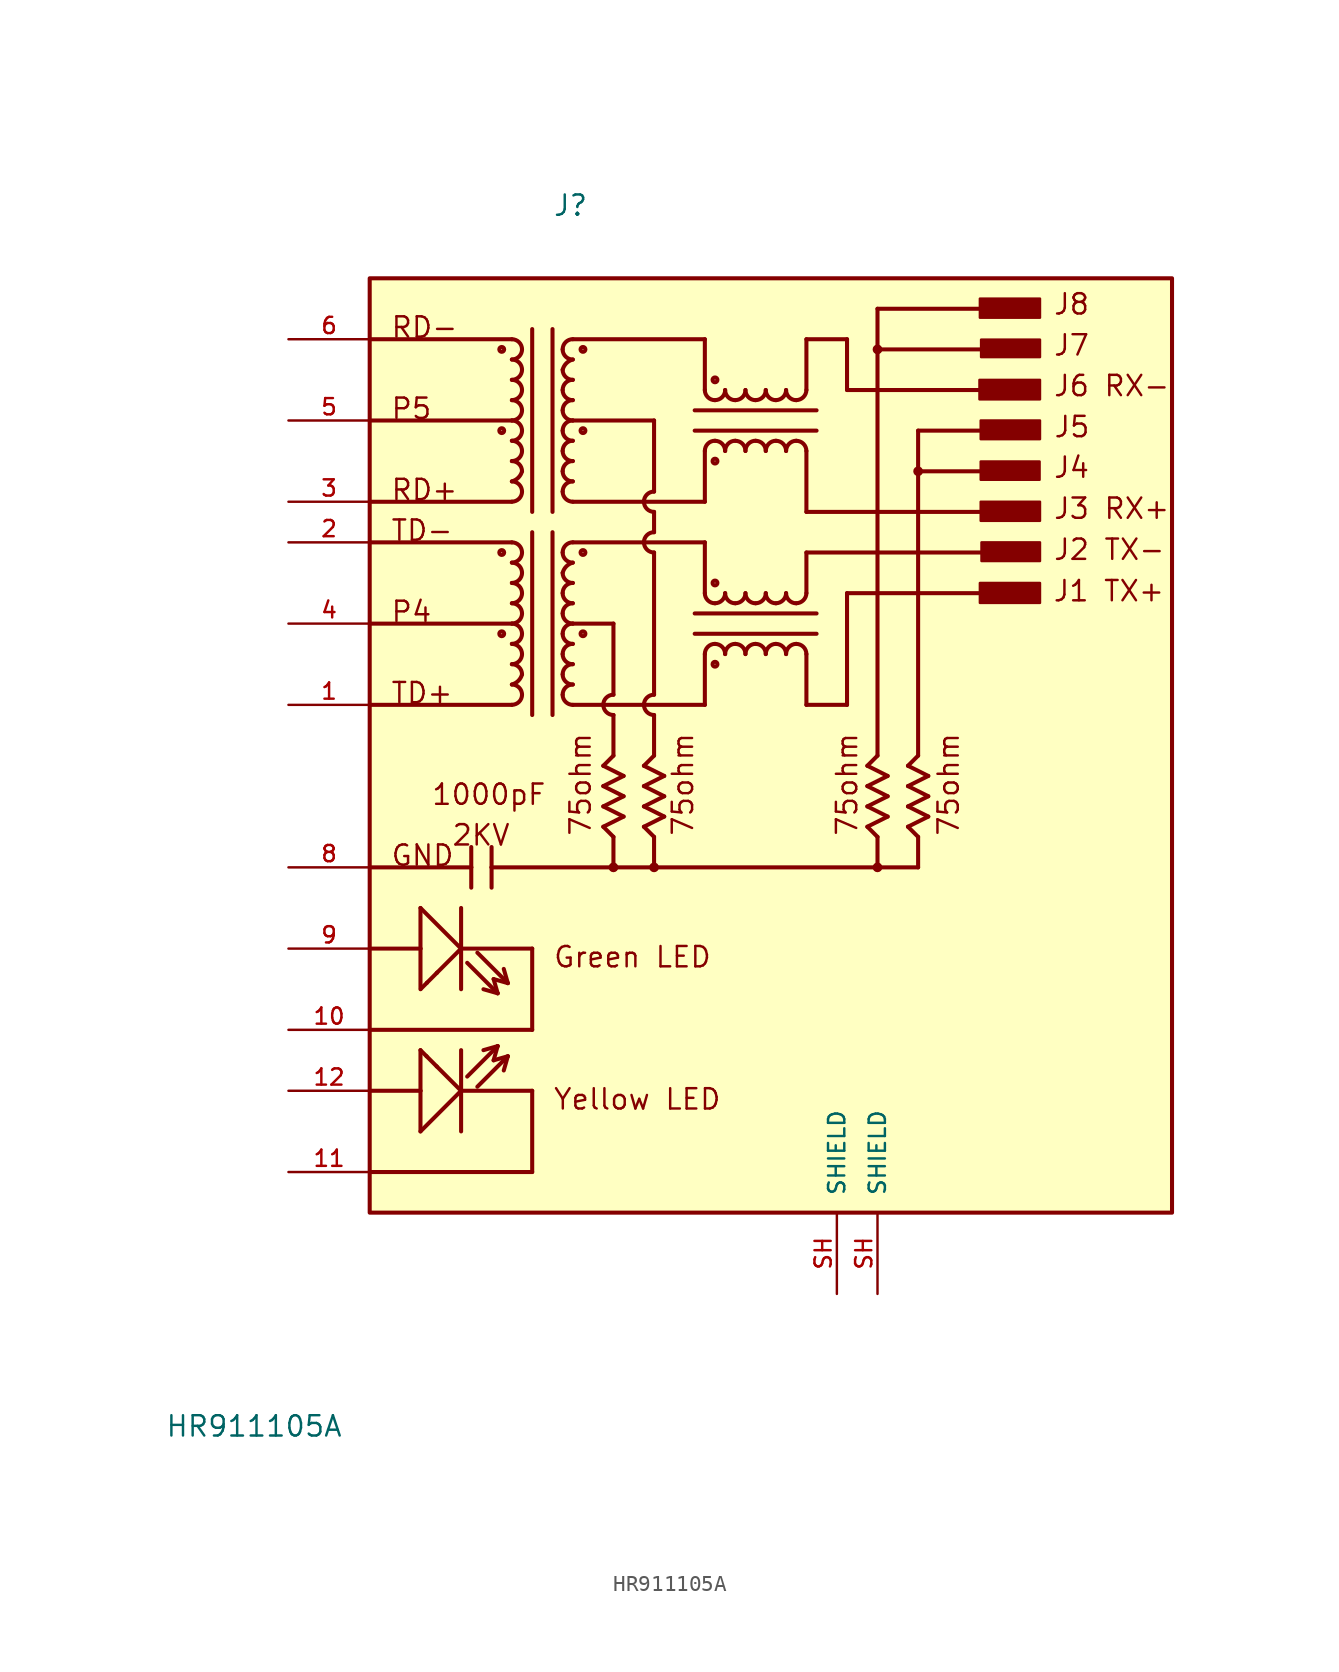
<source format=kicad_sym>
(kicad_symbol_lib
  (version 20211014)
  (generator kicad_symbol_editor)
  (symbol "HR911105A"
    (pin_names
      (offset 1.016))
    (property "Reference" "J"
      (at -8.89 38.1 0)
      (effects (font (size 1.27 1.27)) (justify left bottom)))
    (property "Value" "HR911105A"
      (at -33.122 -38.227 0)
      (effects (font (size 1.27 1.27)) (justify left bottom)))
    (property "ki_locked" ""
      (at 0 0 0)
      (effects (font (size 1.27 1.27))))
    (symbol "HR911105A_0_0"
      (rectangle (start -20.32 34.29) (end 29.845 -24.13) (stroke (width 0.254) (type default) (color 0 0 0 0)) (fill (type background)))
      (circle (center -12.065 12.065) (radius 0.152) (stroke (width 0.254) (type default) (color 0 0 0 0)) (fill (type none)))
      (circle (center -12.065 17.145) (radius 0.152) (stroke (width 0.254) (type default) (color 0 0 0 0)) (fill (type none)))
      (circle (center -12.065 24.765) (radius 0.152) (stroke (width 0.254) (type default) (color 0 0 0 0)) (fill (type none)))
      (circle (center -12.065 29.845) (radius 0.152) (stroke (width 0.254) (type default) (color 0 0 0 0)) (fill (type none)))
      (arc (start -11.43 7.62) (mid -10.981 7.806) (end -10.795 8.255) (stroke (width 0.254) (type default) (color 0 0 0 0)) (fill (type none)))
      (arc (start -11.43 8.89) (mid -11.0269 9.1219) (end -10.795 9.525) (stroke (width 0.254) (type default) (color 0 0 0 0)) (fill (type none)))
      (arc (start -11.43 10.16) (mid -10.981 10.346) (end -10.795 10.795) (stroke (width 0.254) (type default) (color 0 0 0 0)) (fill (type none)))
      (arc (start -11.43 11.43) (mid -10.981 11.616) (end -10.795 12.065) (stroke (width 0.254) (type default) (color 0 0 0 0)) (fill (type none)))
      (arc (start -11.43 12.7) (mid -10.981 12.886) (end -10.795 13.335) (stroke (width 0.254) (type default) (color 0 0 0 0)) (fill (type none)))
      (arc (start -11.43 13.97) (mid -10.981 14.156) (end -10.795 14.605) (stroke (width 0.254) (type default) (color 0 0 0 0)) (fill (type none)))
      (arc (start -11.43 15.24) (mid -10.981 15.426) (end -10.795 15.875) (stroke (width 0.254) (type default) (color 0 0 0 0)) (fill (type none)))
      (arc (start -11.43 16.51) (mid -10.981 16.696) (end -10.795 17.145) (stroke (width 0.254) (type default) (color 0 0 0 0)) (fill (type none)))
      (arc (start -11.43 20.32) (mid -10.981 20.506) (end -10.795 20.955) (stroke (width 0.254) (type default) (color 0 0 0 0)) (fill (type none)))
      (arc (start -11.43 21.59) (mid -11.0269 21.8219) (end -10.795 22.225) (stroke (width 0.254) (type default) (color 0 0 0 0)) (fill (type none)))
      (arc (start -11.43 22.86) (mid -10.981 23.046) (end -10.795 23.495) (stroke (width 0.254) (type default) (color 0 0 0 0)) (fill (type none)))
      (arc (start -11.43 24.13) (mid -10.981 24.316) (end -10.795 24.765) (stroke (width 0.254) (type default) (color 0 0 0 0)) (fill (type none)))
      (arc (start -11.43 25.4) (mid -10.981 25.586) (end -10.795 26.035) (stroke (width 0.254) (type default) (color 0 0 0 0)) (fill (type none)))
      (arc (start -11.43 26.67) (mid -10.981 26.856) (end -10.795 27.305) (stroke (width 0.254) (type default) (color 0 0 0 0)) (fill (type none)))
      (arc (start -11.43 27.94) (mid -10.981 28.126) (end -10.795 28.575) (stroke (width 0.254) (type default) (color 0 0 0 0)) (fill (type none)))
      (arc (start -11.43 29.21) (mid -10.981 29.396) (end -10.795 29.845) (stroke (width 0.254) (type default) (color 0 0 0 0)) (fill (type none)))
      (arc (start -10.795 8.255) (mid -10.981 8.704) (end -11.43 8.89) (stroke (width 0.254) (type default) (color 0 0 0 0)) (fill (type none)))
      (arc (start -10.795 9.525) (mid -10.981 9.974) (end -11.43 10.16) (stroke (width 0.254) (type default) (color 0 0 0 0)) (fill (type none)))
      (arc (start -10.795 10.795) (mid -10.981 11.244) (end -11.43 11.43) (stroke (width 0.254) (type default) (color 0 0 0 0)) (fill (type none)))
      (arc (start -10.795 12.065) (mid -10.981 12.514) (end -11.43 12.7) (stroke (width 0.254) (type default) (color 0 0 0 0)) (fill (type none)))
      (arc (start -10.795 13.335) (mid -10.981 13.784) (end -11.43 13.97) (stroke (width 0.254) (type default) (color 0 0 0 0)) (fill (type none)))
      (arc (start -10.795 14.605) (mid -10.981 15.054) (end -11.43 15.24) (stroke (width 0.254) (type default) (color 0 0 0 0)) (fill (type none)))
      (arc (start -10.795 15.875) (mid -10.981 16.324) (end -11.43 16.51) (stroke (width 0.254) (type default) (color 0 0 0 0)) (fill (type none)))
      (arc (start -10.795 17.145) (mid -10.981 17.594) (end -11.43 17.78) (stroke (width 0.254) (type default) (color 0 0 0 0)) (fill (type none)))
      (arc (start -10.795 20.955) (mid -10.981 21.404) (end -11.43 21.59) (stroke (width 0.254) (type default) (color 0 0 0 0)) (fill (type none)))
      (arc (start -10.795 22.225) (mid -10.981 22.674) (end -11.43 22.86) (stroke (width 0.254) (type default) (color 0 0 0 0)) (fill (type none)))
      (arc (start -10.795 23.495) (mid -10.981 23.944) (end -11.43 24.13) (stroke (width 0.254) (type default) (color 0 0 0 0)) (fill (type none)))
      (arc (start -10.795 24.765) (mid -10.981 25.214) (end -11.43 25.4) (stroke (width 0.254) (type default) (color 0 0 0 0)) (fill (type none)))
      (arc (start -10.795 26.035) (mid -10.981 26.484) (end -11.43 26.67) (stroke (width 0.254) (type default) (color 0 0 0 0)) (fill (type none)))
      (arc (start -10.795 27.305) (mid -10.981 27.754) (end -11.43 27.94) (stroke (width 0.254) (type default) (color 0 0 0 0)) (fill (type none)))
      (arc (start -10.795 28.575) (mid -10.981 29.024) (end -11.43 29.21) (stroke (width 0.254) (type default) (color 0 0 0 0)) (fill (type none)))
      (arc (start -10.795 29.845) (mid -10.981 30.294) (end -11.43 30.48) (stroke (width 0.254) (type default) (color 0 0 0 0)) (fill (type none)))
      (arc (start -8.255 8.255) (mid -8.069 7.806) (end -7.62 7.62) (stroke (width 0.254) (type default) (color 0 0 0 0)) (fill (type none)))
      (arc (start -8.255 9.525) (mid -8.069 9.076) (end -7.62 8.89) (stroke (width 0.254) (type default) (color 0 0 0 0)) (fill (type none)))
      (arc (start -8.255 10.795) (mid -8.069 10.346) (end -7.62 10.16) (stroke (width 0.254) (type default) (color 0 0 0 0)) (fill (type none)))
      (arc (start -8.255 12.065) (mid -8.069 11.616) (end -7.62 11.43) (stroke (width 0.254) (type default) (color 0 0 0 0)) (fill (type none)))
      (arc (start -8.255 13.335) (mid -8.069 12.886) (end -7.62 12.7) (stroke (width 0.254) (type default) (color 0 0 0 0)) (fill (type none)))
      (arc (start -8.255 14.605) (mid -8.069 14.156) (end -7.62 13.97) (stroke (width 0.254) (type default) (color 0 0 0 0)) (fill (type none)))
      (arc (start -8.255 15.875) (mid -8.069 15.426) (end -7.62 15.24) (stroke (width 0.254) (type default) (color 0 0 0 0)) (fill (type none)))
      (arc (start -8.255 17.145) (mid -8.069 16.696) (end -7.62 16.51) (stroke (width 0.254) (type default) (color 0 0 0 0)) (fill (type none)))
      (arc (start -8.255 20.955) (mid -8.069 20.506) (end -7.62 20.32) (stroke (width 0.254) (type default) (color 0 0 0 0)) (fill (type none)))
      (arc (start -8.255 22.225) (mid -8.069 21.776) (end -7.62 21.59) (stroke (width 0.254) (type default) (color 0 0 0 0)) (fill (type none)))
      (arc (start -8.255 23.495) (mid -8.069 23.046) (end -7.62 22.86) (stroke (width 0.254) (type default) (color 0 0 0 0)) (fill (type none)))
      (arc (start -8.255 24.765) (mid -8.069 24.316) (end -7.62 24.13) (stroke (width 0.254) (type default) (color 0 0 0 0)) (fill (type none)))
      (arc (start -8.255 26.035) (mid -8.069 25.586) (end -7.62 25.4) (stroke (width 0.254) (type default) (color 0 0 0 0)) (fill (type none)))
      (arc (start -8.255 27.305) (mid -8.069 26.856) (end -7.62 26.67) (stroke (width 0.254) (type default) (color 0 0 0 0)) (fill (type none)))
      (arc (start -8.255 28.575) (mid -8.069 28.126) (end -7.62 27.94) (stroke (width 0.254) (type default) (color 0 0 0 0)) (fill (type none)))
      (arc (start -8.255 29.845) (mid -8.069 29.396) (end -7.62 29.21) (stroke (width 0.254) (type default) (color 0 0 0 0)) (fill (type none)))
      (arc (start -7.62 8.89) (mid -8.069 8.704) (end -8.255 8.255) (stroke (width 0.254) (type default) (color 0 0 0 0)) (fill (type none)))
      (arc (start -7.62 10.16) (mid -8.069 9.974) (end -8.255 9.525) (stroke (width 0.254) (type default) (color 0 0 0 0)) (fill (type none)))
      (arc (start -7.62 11.43) (mid -8.069 11.244) (end -8.255 10.795) (stroke (width 0.254) (type default) (color 0 0 0 0)) (fill (type none)))
      (arc (start -7.62 12.7) (mid -8.069 12.514) (end -8.255 12.065) (stroke (width 0.254) (type default) (color 0 0 0 0)) (fill (type none)))
      (arc (start -7.62 13.97) (mid -8.069 13.784) (end -8.255 13.335) (stroke (width 0.254) (type default) (color 0 0 0 0)) (fill (type none)))
      (arc (start -7.62 15.24) (mid -8.069 15.054) (end -8.255 14.605) (stroke (width 0.254) (type default) (color 0 0 0 0)) (fill (type none)))
      (arc (start -7.62 16.51) (mid -8.0231 16.2781) (end -8.255 15.875) (stroke (width 0.254) (type default) (color 0 0 0 0)) (fill (type none)))
      (arc (start -7.62 17.78) (mid -8.069 17.594) (end -8.255 17.145) (stroke (width 0.254) (type default) (color 0 0 0 0)) (fill (type none)))
      (arc (start -7.62 21.59) (mid -8.069 21.404) (end -8.255 20.955) (stroke (width 0.254) (type default) (color 0 0 0 0)) (fill (type none)))
      (arc (start -7.62 22.86) (mid -8.069 22.674) (end -8.255 22.225) (stroke (width 0.254) (type default) (color 0 0 0 0)) (fill (type none)))
      (arc (start -7.62 24.13) (mid -8.069 23.944) (end -8.255 23.495) (stroke (width 0.254) (type default) (color 0 0 0 0)) (fill (type none)))
      (arc (start -7.62 25.4) (mid -8.069 25.214) (end -8.255 24.765) (stroke (width 0.254) (type default) (color 0 0 0 0)) (fill (type none)))
      (arc (start -7.62 26.67) (mid -8.069 26.484) (end -8.255 26.035) (stroke (width 0.254) (type default) (color 0 0 0 0)) (fill (type none)))
      (arc (start -7.62 27.94) (mid -8.069 27.754) (end -8.255 27.305) (stroke (width 0.254) (type default) (color 0 0 0 0)) (fill (type none)))
      (arc (start -7.62 29.21) (mid -8.0231 28.9781) (end -8.255 28.575) (stroke (width 0.254) (type default) (color 0 0 0 0)) (fill (type none)))
      (arc (start -7.62 30.48) (mid -8.069 30.294) (end -8.255 29.845) (stroke (width 0.254) (type default) (color 0 0 0 0)) (fill (type none)))
      (circle (center -6.985 12.065) (radius 0.152) (stroke (width 0.254) (type default) (color 0 0 0 0)) (fill (type none)))
      (circle (center -6.985 17.145) (radius 0.152) (stroke (width 0.254) (type default) (color 0 0 0 0)) (fill (type none)))
      (circle (center -6.985 24.765) (radius 0.152) (stroke (width 0.254) (type default) (color 0 0 0 0)) (fill (type none)))
      (circle (center -6.985 29.845) (radius 0.152) (stroke (width 0.254) (type default) (color 0 0 0 0)) (fill (type none)))
      (arc (start -5.715 7.62) (mid -5.529 7.171) (end -5.08 6.985) (stroke (width 0.254) (type default) (color 0 0 0 0)) (fill (type none)))
      (circle (center -5.08 -2.54) (radius 0.178) (stroke (width 0.254) (type default) (color 0 0 0 0)) (fill (type none)))
      (arc (start -5.08 8.255) (mid -5.529 8.069) (end -5.715 7.62) (stroke (width 0.254) (type default) (color 0 0 0 0)) (fill (type none)))
      (arc (start -3.175 7.62) (mid -2.989 7.171) (end -2.54 6.985) (stroke (width 0.254) (type default) (color 0 0 0 0)) (fill (type none)))
      (arc (start -3.175 17.78) (mid -2.989 17.331) (end -2.54 17.145) (stroke (width 0.254) (type default) (color 0 0 0 0)) (fill (type none)))
      (arc (start -3.175 20.32) (mid -2.989 19.871) (end -2.54 19.685) (stroke (width 0.254) (type default) (color 0 0 0 0)) (fill (type none)))
      (circle (center -2.54 -2.54) (radius 0.178) (stroke (width 0.254) (type default) (color 0 0 0 0)) (fill (type none)))
      (arc (start -2.54 8.255) (mid -2.989 8.069) (end -3.175 7.62) (stroke (width 0.254) (type default) (color 0 0 0 0)) (fill (type none)))
      (arc (start -2.54 18.415) (mid -2.989 18.229) (end -3.175 17.78) (stroke (width 0.254) (type default) (color 0 0 0 0)) (fill (type none)))
      (arc (start -2.54 20.955) (mid -2.989 20.769) (end -3.175 20.32) (stroke (width 0.254) (type default) (color 0 0 0 0)) (fill (type none)))
      (polyline (pts (xy -20.32 -21.59) (xy -10.16 -21.59)) (stroke (width 0.254) (type default) (color 0 0 0 0)) (fill (type none)))
      (polyline (pts (xy -20.32 -12.7) (xy -10.16 -12.7)) (stroke (width 0.254) (type default) (color 0 0 0 0)) (fill (type none)))
      (polyline (pts (xy -20.32 12.7) (xy -11.43 12.7)) (stroke (width 0.254) (type default) (color 0 0 0 0)) (fill (type none)))
      (polyline (pts (xy -20.32 20.32) (xy -11.43 20.32)) (stroke (width 0.254) (type default) (color 0 0 0 0)) (fill (type none)))
      (polyline (pts (xy -17.145 -19.05) (xy -14.605 -16.51)) (stroke (width 0.254) (type default) (color 0 0 0 0)) (fill (type none)))
      (polyline (pts (xy -17.145 -16.51) (xy -20.32 -16.51)) (stroke (width 0.254) (type default) (color 0 0 0 0)) (fill (type none)))
      (polyline (pts (xy -17.145 -16.51) (xy -17.145 -19.05)) (stroke (width 0.254) (type default) (color 0 0 0 0)) (fill (type none)))
      (polyline (pts (xy -17.145 -13.97) (xy -17.145 -16.51)) (stroke (width 0.254) (type default) (color 0 0 0 0)) (fill (type none)))
      (polyline (pts (xy -17.145 -10.16) (xy -17.145 -7.62)) (stroke (width 0.254) (type default) (color 0 0 0 0)) (fill (type none)))
      (polyline (pts (xy -17.145 -7.62) (xy -20.32 -7.62)) (stroke (width 0.254) (type default) (color 0 0 0 0)) (fill (type none)))
      (polyline (pts (xy -17.145 -7.62) (xy -17.145 -5.08)) (stroke (width 0.254) (type default) (color 0 0 0 0)) (fill (type none)))
      (polyline (pts (xy -17.145 -5.08) (xy -14.605 -7.62)) (stroke (width 0.254) (type default) (color 0 0 0 0)) (fill (type none)))
      (polyline (pts (xy -16.764 -14.351) (xy -17.145 -13.97)) (stroke (width 0.254) (type default) (color 0 0 0 0)) (fill (type none)))
      (polyline (pts (xy -16.739 -9.754) (xy -17.12 -10.135)) (stroke (width 0.254) (type default) (color 0 0 0 0)) (fill (type none)))
      (polyline (pts (xy -16.129 -14.986) (xy -16.764 -14.351)) (stroke (width 0.254) (type default) (color 0 0 0 0)) (fill (type none)))
      (polyline (pts (xy -16.104 -9.119) (xy -16.739 -9.754)) (stroke (width 0.254) (type default) (color 0 0 0 0)) (fill (type none)))
      (polyline (pts (xy -14.605 -16.51) (xy -16.129 -14.986)) (stroke (width 0.254) (type default) (color 0 0 0 0)) (fill (type none)))
      (polyline (pts (xy -14.605 -16.51) (xy -14.605 -19.05)) (stroke (width 0.254) (type default) (color 0 0 0 0)) (fill (type none)))
      (polyline (pts (xy -14.605 -16.51) (xy -10.16 -16.51)) (stroke (width 0.254) (type default) (color 0 0 0 0)) (fill (type none)))
      (polyline (pts (xy -14.605 -13.97) (xy -14.605 -16.51)) (stroke (width 0.254) (type default) (color 0 0 0 0)) (fill (type none)))
      (polyline (pts (xy -14.605 -10.16) (xy -14.605 -7.62)) (stroke (width 0.254) (type default) (color 0 0 0 0)) (fill (type none)))
      (polyline (pts (xy -14.605 -7.62) (xy -16.129 -9.144)) (stroke (width 0.254) (type default) (color 0 0 0 0)) (fill (type none)))
      (polyline (pts (xy -14.605 -7.62) (xy -14.605 -5.08)) (stroke (width 0.254) (type default) (color 0 0 0 0)) (fill (type none)))
      (polyline (pts (xy -14.605 -7.62) (xy -10.16 -7.62)) (stroke (width 0.254) (type default) (color 0 0 0 0)) (fill (type none)))
      (polyline (pts (xy -14.224 -15.621) (xy -12.319 -13.716)) (stroke (width 0.254) (type default) (color 0 0 0 0)) (fill (type none)))
      (polyline (pts (xy -14.224 -8.509) (xy -12.319 -10.414)) (stroke (width 0.254) (type default) (color 0 0 0 0)) (fill (type none)))
      (polyline (pts (xy -13.97 -2.54) (xy -20.32 -2.54)) (stroke (width 0.254) (type default) (color 0 0 0 0)) (fill (type none)))
      (polyline (pts (xy -13.97 -2.54) (xy -13.97 -3.81)) (stroke (width 0.254) (type default) (color 0 0 0 0)) (fill (type none)))
      (polyline (pts (xy -13.97 -1.27) (xy -13.97 -2.54)) (stroke (width 0.254) (type default) (color 0 0 0 0)) (fill (type none)))
      (polyline (pts (xy -13.589 -16.256) (xy -11.684 -14.351)) (stroke (width 0.254) (type default) (color 0 0 0 0)) (fill (type none)))
      (polyline (pts (xy -13.589 -7.874) (xy -11.684 -9.779)) (stroke (width 0.254) (type default) (color 0 0 0 0)) (fill (type none)))
      (polyline (pts (xy -12.7 -2.54) (xy -12.7 -3.81)) (stroke (width 0.254) (type default) (color 0 0 0 0)) (fill (type none)))
      (polyline (pts (xy -12.7 -2.54) (xy -12.7 -1.27)) (stroke (width 0.254) (type default) (color 0 0 0 0)) (fill (type none)))
      (polyline (pts (xy -12.319 -13.716) (xy -13.208 -13.97)) (stroke (width 0.254) (type default) (color 0 0 0 0)) (fill (type none)))
      (polyline (pts (xy -12.319 -13.716) (xy -12.573 -14.605)) (stroke (width 0.254) (type default) (color 0 0 0 0)) (fill (type none)))
      (polyline (pts (xy -12.319 -10.414) (xy -13.208 -10.16)) (stroke (width 0.254) (type default) (color 0 0 0 0)) (fill (type none)))
      (polyline (pts (xy -12.319 -10.414) (xy -12.573 -9.525)) (stroke (width 0.254) (type default) (color 0 0 0 0)) (fill (type none)))
      (polyline (pts (xy -11.684 -14.351) (xy -12.573 -14.605)) (stroke (width 0.254) (type default) (color 0 0 0 0)) (fill (type none)))
      (polyline (pts (xy -11.684 -14.351) (xy -11.938 -15.24)) (stroke (width 0.254) (type default) (color 0 0 0 0)) (fill (type none)))
      (polyline (pts (xy -11.684 -9.779) (xy -12.573 -9.525)) (stroke (width 0.254) (type default) (color 0 0 0 0)) (fill (type none)))
      (polyline (pts (xy -11.684 -9.779) (xy -11.938 -8.89)) (stroke (width 0.254) (type default) (color 0 0 0 0)) (fill (type none)))
      (polyline (pts (xy -11.43 7.62) (xy -20.32 7.62)) (stroke (width 0.254) (type default) (color 0 0 0 0)) (fill (type none)))
      (polyline (pts (xy -11.43 17.78) (xy -20.32 17.78)) (stroke (width 0.254) (type default) (color 0 0 0 0)) (fill (type none)))
      (polyline (pts (xy -11.43 25.4) (xy -20.32 25.4)) (stroke (width 0.254) (type default) (color 0 0 0 0)) (fill (type none)))
      (polyline (pts (xy -11.43 30.48) (xy -20.32 30.48)) (stroke (width 0.254) (type default) (color 0 0 0 0)) (fill (type none)))
      (polyline (pts (xy -10.16 -21.59) (xy -10.16 -16.51)) (stroke (width 0.254) (type default) (color 0 0 0 0)) (fill (type none)))
      (polyline (pts (xy -10.16 -12.7) (xy -10.16 -7.62)) (stroke (width 0.254) (type default) (color 0 0 0 0)) (fill (type none)))
      (polyline (pts (xy -10.16 18.415) (xy -10.16 6.985)) (stroke (width 0.254) (type default) (color 0 0 0 0)) (fill (type none)))
      (polyline (pts (xy -10.16 31.115) (xy -10.16 19.685)) (stroke (width 0.254) (type default) (color 0 0 0 0)) (fill (type none)))
      (polyline (pts (xy -8.89 18.415) (xy -8.89 6.985)) (stroke (width 0.254) (type default) (color 0 0 0 0)) (fill (type none)))
      (polyline (pts (xy -8.89 31.115) (xy -8.89 19.685)) (stroke (width 0.254) (type default) (color 0 0 0 0)) (fill (type none)))
      (polyline (pts (xy -7.62 7.62) (xy -5.715 7.62)) (stroke (width 0.254) (type default) (color 0 0 0 0)) (fill (type none)))
      (polyline (pts (xy -7.62 20.32) (xy -3.175 20.32)) (stroke (width 0.254) (type default) (color 0 0 0 0)) (fill (type none)))
      (polyline (pts (xy -7.62 25.4) (xy -2.54 25.4)) (stroke (width 0.254) (type default) (color 0 0 0 0)) (fill (type none)))
      (polyline (pts (xy -5.715 0) (xy -5.08 -0.635)) (stroke (width 0.254) (type default) (color 0 0 0 0)) (fill (type none)))
      (polyline (pts (xy -5.715 1.27) (xy -4.445 0.635)) (stroke (width 0.254) (type default) (color 0 0 0 0)) (fill (type none)))
      (polyline (pts (xy -5.715 2.54) (xy -4.445 1.905)) (stroke (width 0.254) (type default) (color 0 0 0 0)) (fill (type none)))
      (polyline (pts (xy -5.715 3.81) (xy -4.445 3.175)) (stroke (width 0.254) (type default) (color 0 0 0 0)) (fill (type none)))
      (polyline (pts (xy -5.715 7.62) (xy -3.175 7.62)) (stroke (width 0.254) (type default) (color 0 0 0 0)) (fill (type none)))
      (polyline (pts (xy -5.08 -2.54) (xy -12.7 -2.54)) (stroke (width 0.254) (type default) (color 0 0 0 0)) (fill (type none)))
      (polyline (pts (xy -5.08 -0.635) (xy -5.08 -2.54)) (stroke (width 0.254) (type default) (color 0 0 0 0)) (fill (type none)))
      (polyline (pts (xy -5.08 4.445) (xy -5.715 3.81)) (stroke (width 0.254) (type default) (color 0 0 0 0)) (fill (type none)))
      (polyline (pts (xy -5.08 6.985) (xy -5.08 4.445)) (stroke (width 0.254) (type default) (color 0 0 0 0)) (fill (type none)))
      (polyline (pts (xy -5.08 8.255) (xy -5.08 12.7)) (stroke (width 0.254) (type default) (color 0 0 0 0)) (fill (type none)))
      (polyline (pts (xy -5.08 12.7) (xy -7.62 12.7)) (stroke (width 0.254) (type default) (color 0 0 0 0)) (fill (type none)))
      (polyline (pts (xy -4.445 0.635) (xy -5.715 0)) (stroke (width 0.254) (type default) (color 0 0 0 0)) (fill (type none)))
      (polyline (pts (xy -4.445 1.905) (xy -5.715 1.27)) (stroke (width 0.254) (type default) (color 0 0 0 0)) (fill (type none)))
      (polyline (pts (xy -4.445 3.175) (xy -5.715 2.54)) (stroke (width 0.254) (type default) (color 0 0 0 0)) (fill (type none)))
      (polyline (pts (xy -3.175 0) (xy -2.54 -0.635)) (stroke (width 0.254) (type default) (color 0 0 0 0)) (fill (type none)))
      (polyline (pts (xy -3.175 1.27) (xy -1.905 0.635)) (stroke (width 0.254) (type default) (color 0 0 0 0)) (fill (type none)))
      (polyline (pts (xy -3.175 2.54) (xy -1.905 1.905)) (stroke (width 0.254) (type default) (color 0 0 0 0)) (fill (type none)))
      (polyline (pts (xy -3.175 3.81) (xy -1.905 3.175)) (stroke (width 0.254) (type default) (color 0 0 0 0)) (fill (type none)))
      (polyline (pts (xy -3.175 7.62) (xy 0.635 7.62)) (stroke (width 0.254) (type default) (color 0 0 0 0)) (fill (type none)))
      (polyline (pts (xy -3.175 17.78) (xy -7.62 17.78)) (stroke (width 0.254) (type default) (color 0 0 0 0)) (fill (type none)))
      (polyline (pts (xy -3.175 20.32) (xy 0.635 20.32)) (stroke (width 0.254) (type default) (color 0 0 0 0)) (fill (type none)))
      (polyline (pts (xy -2.54 -0.635) (xy -2.54 -2.54)) (stroke (width 0.254) (type default) (color 0 0 0 0)) (fill (type none)))
      (polyline (pts (xy -2.54 4.445) (xy -3.175 3.81)) (stroke (width 0.254) (type default) (color 0 0 0 0)) (fill (type none)))
      (polyline (pts (xy -2.54 6.985) (xy -2.54 4.445)) (stroke (width 0.254) (type default) (color 0 0 0 0)) (fill (type none)))
      (polyline (pts (xy -2.54 17.145) (xy -2.54 8.255)) (stroke (width 0.254) (type default) (color 0 0 0 0)) (fill (type none)))
      (polyline (pts (xy -2.54 19.685) (xy -2.54 18.415)) (stroke (width 0.254) (type default) (color 0 0 0 0)) (fill (type none)))
      (polyline (pts (xy -2.54 25.4) (xy -2.54 20.955)) (stroke (width 0.254) (type default) (color 0 0 0 0)) (fill (type none)))
      (polyline (pts (xy -1.905 0.635) (xy -3.175 0)) (stroke (width 0.254) (type default) (color 0 0 0 0)) (fill (type none)))
      (polyline (pts (xy -1.905 1.905) (xy -3.175 1.27)) (stroke (width 0.254) (type default) (color 0 0 0 0)) (fill (type none)))
      (polyline (pts (xy -1.905 3.175) (xy -3.175 2.54)) (stroke (width 0.254) (type default) (color 0 0 0 0)) (fill (type none)))
      (polyline (pts (xy 0 12.065) (xy 7.62 12.065)) (stroke (width 0.254) (type default) (color 0 0 0 0)) (fill (type none)))
      (polyline (pts (xy 0 13.335) (xy 7.62 13.335)) (stroke (width 0.254) (type default) (color 0 0 0 0)) (fill (type none)))
      (polyline (pts (xy 0 24.765) (xy 7.62 24.765)) (stroke (width 0.254) (type default) (color 0 0 0 0)) (fill (type none)))
      (polyline (pts (xy 0 26.035) (xy 7.62 26.035)) (stroke (width 0.254) (type default) (color 0 0 0 0)) (fill (type none)))
      (polyline (pts (xy 0.635 7.62) (xy 0.635 10.795)) (stroke (width 0.254) (type default) (color 0 0 0 0)) (fill (type none)))
      (polyline (pts (xy 0.635 14.605) (xy 0.635 17.78)) (stroke (width 0.254) (type default) (color 0 0 0 0)) (fill (type none)))
      (polyline (pts (xy 0.635 17.78) (xy -3.175 17.78)) (stroke (width 0.254) (type default) (color 0 0 0 0)) (fill (type none)))
      (polyline (pts (xy 0.635 20.32) (xy 0.635 23.495)) (stroke (width 0.254) (type default) (color 0 0 0 0)) (fill (type none)))
      (polyline (pts (xy 0.635 27.305) (xy 0.635 30.48)) (stroke (width 0.254) (type default) (color 0 0 0 0)) (fill (type none)))
      (polyline (pts (xy 0.635 30.48) (xy -7.62 30.48)) (stroke (width 0.254) (type default) (color 0 0 0 0)) (fill (type none)))
      (polyline (pts (xy 6.985 10.795) (xy 6.985 7.62)) (stroke (width 0.254) (type default) (color 0 0 0 0)) (fill (type none)))
      (polyline (pts (xy 6.985 17.145) (xy 6.985 14.605)) (stroke (width 0.254) (type default) (color 0 0 0 0)) (fill (type none)))
      (polyline (pts (xy 6.985 23.495) (xy 6.985 19.685)) (stroke (width 0.254) (type default) (color 0 0 0 0)) (fill (type none)))
      (polyline (pts (xy 6.985 30.48) (xy 6.985 27.305)) (stroke (width 0.254) (type default) (color 0 0 0 0)) (fill (type none)))
      (polyline (pts (xy 9.525 7.62) (xy 6.985 7.62)) (stroke (width 0.254) (type default) (color 0 0 0 0)) (fill (type none)))
      (polyline (pts (xy 9.525 14.605) (xy 9.525 7.62)) (stroke (width 0.254) (type default) (color 0 0 0 0)) (fill (type none)))
      (polyline (pts (xy 9.525 27.305) (xy 9.525 30.48)) (stroke (width 0.254) (type default) (color 0 0 0 0)) (fill (type none)))
      (polyline (pts (xy 9.525 30.48) (xy 6.985 30.48)) (stroke (width 0.254) (type default) (color 0 0 0 0)) (fill (type none)))
      (polyline (pts (xy 10.795 0) (xy 11.43 -0.635)) (stroke (width 0.254) (type default) (color 0 0 0 0)) (fill (type none)))
      (polyline (pts (xy 10.795 1.27) (xy 12.065 0.635)) (stroke (width 0.254) (type default) (color 0 0 0 0)) (fill (type none)))
      (polyline (pts (xy 10.795 2.54) (xy 12.065 1.905)) (stroke (width 0.254) (type default) (color 0 0 0 0)) (fill (type none)))
      (polyline (pts (xy 10.795 3.81) (xy 12.065 3.175)) (stroke (width 0.254) (type default) (color 0 0 0 0)) (fill (type none)))
      (polyline (pts (xy 11.43 -0.635) (xy 11.43 -2.54)) (stroke (width 0.254) (type default) (color 0 0 0 0)) (fill (type none)))
      (polyline (pts (xy 11.43 4.445) (xy 10.795 3.81)) (stroke (width 0.254) (type default) (color 0 0 0 0)) (fill (type none)))
      (polyline (pts (xy 11.43 29.845) (xy 11.43 4.445)) (stroke (width 0.254) (type default) (color 0 0 0 0)) (fill (type none)))
      (polyline (pts (xy 11.43 29.845) (xy 18.415 29.845)) (stroke (width 0.254) (type default) (color 0 0 0 0)) (fill (type none)))
      (polyline (pts (xy 11.43 32.385) (xy 11.43 29.845)) (stroke (width 0.254) (type default) (color 0 0 0 0)) (fill (type none)))
      (polyline (pts (xy 12.065 0.635) (xy 10.795 0)) (stroke (width 0.254) (type default) (color 0 0 0 0)) (fill (type none)))
      (polyline (pts (xy 12.065 1.905) (xy 10.795 1.27)) (stroke (width 0.254) (type default) (color 0 0 0 0)) (fill (type none)))
      (polyline (pts (xy 12.065 3.175) (xy 10.795 2.54)) (stroke (width 0.254) (type default) (color 0 0 0 0)) (fill (type none)))
      (polyline (pts (xy 13.335 0) (xy 13.97 -0.635)) (stroke (width 0.254) (type default) (color 0 0 0 0)) (fill (type none)))
      (polyline (pts (xy 13.335 1.27) (xy 14.605 0.635)) (stroke (width 0.254) (type default) (color 0 0 0 0)) (fill (type none)))
      (polyline (pts (xy 13.335 2.54) (xy 14.605 1.905)) (stroke (width 0.254) (type default) (color 0 0 0 0)) (fill (type none)))
      (polyline (pts (xy 13.335 3.81) (xy 14.605 3.175)) (stroke (width 0.254) (type default) (color 0 0 0 0)) (fill (type none)))
      (polyline (pts (xy 13.97 -2.54) (xy -5.08 -2.54)) (stroke (width 0.254) (type default) (color 0 0 0 0)) (fill (type none)))
      (polyline (pts (xy 13.97 -0.635) (xy 13.97 -2.54)) (stroke (width 0.254) (type default) (color 0 0 0 0)) (fill (type none)))
      (polyline (pts (xy 13.97 4.445) (xy 13.335 3.81)) (stroke (width 0.254) (type default) (color 0 0 0 0)) (fill (type none)))
      (polyline (pts (xy 13.97 22.225) (xy 13.97 4.445)) (stroke (width 0.254) (type default) (color 0 0 0 0)) (fill (type none)))
      (polyline (pts (xy 13.97 22.225) (xy 18.415 22.225)) (stroke (width 0.254) (type default) (color 0 0 0 0)) (fill (type none)))
      (polyline (pts (xy 13.97 24.765) (xy 13.97 22.225)) (stroke (width 0.254) (type default) (color 0 0 0 0)) (fill (type none)))
      (polyline (pts (xy 14.605 0.635) (xy 13.335 0)) (stroke (width 0.254) (type default) (color 0 0 0 0)) (fill (type none)))
      (polyline (pts (xy 14.605 1.905) (xy 13.335 1.27)) (stroke (width 0.254) (type default) (color 0 0 0 0)) (fill (type none)))
      (polyline (pts (xy 14.605 3.175) (xy 13.335 2.54)) (stroke (width 0.254) (type default) (color 0 0 0 0)) (fill (type none)))
      (polyline (pts (xy 18.415 14.605) (xy 9.525 14.605)) (stroke (width 0.254) (type default) (color 0 0 0 0)) (fill (type none)))
      (polyline (pts (xy 18.415 17.145) (xy 6.985 17.145)) (stroke (width 0.254) (type default) (color 0 0 0 0)) (fill (type none)))
      (polyline (pts (xy 18.415 19.685) (xy 6.985 19.685)) (stroke (width 0.254) (type default) (color 0 0 0 0)) (fill (type none)))
      (polyline (pts (xy 18.415 24.765) (xy 13.97 24.765)) (stroke (width 0.254) (type default) (color 0 0 0 0)) (fill (type none)))
      (polyline (pts (xy 18.415 27.305) (xy 9.525 27.305)) (stroke (width 0.254) (type default) (color 0 0 0 0)) (fill (type none)))
      (polyline (pts (xy 18.415 32.385) (xy 11.43 32.385)) (stroke (width 0.254) (type default) (color 0 0 0 0)) (fill (type none)))
      (arc (start 0.635 14.605) (mid 0.821 14.156) (end 1.27 13.97) (stroke (width 0.254) (type default) (color 0 0 0 0)) (fill (type none)))
      (arc (start 0.635 27.305) (mid 0.821 26.856) (end 1.27 26.67) (stroke (width 0.254) (type default) (color 0 0 0 0)) (fill (type none)))
      (circle (center 1.27 10.16) (radius 0.152) (stroke (width 0.254) (type default) (color 0 0 0 0)) (fill (type none)))
      (arc (start 1.27 11.43) (mid 0.821 11.244) (end 0.635 10.795) (stroke (width 0.254) (type default) (color 0 0 0 0)) (fill (type none)))
      (arc (start 1.27 13.97) (mid 1.719 14.156) (end 1.905 14.605) (stroke (width 0.254) (type default) (color 0 0 0 0)) (fill (type none)))
      (circle (center 1.27 15.24) (radius 0.152) (stroke (width 0.254) (type default) (color 0 0 0 0)) (fill (type none)))
      (circle (center 1.27 22.86) (radius 0.152) (stroke (width 0.254) (type default) (color 0 0 0 0)) (fill (type none)))
      (arc (start 1.27 24.13) (mid 0.821 23.944) (end 0.635 23.495) (stroke (width 0.254) (type default) (color 0 0 0 0)) (fill (type none)))
      (arc (start 1.27 26.67) (mid 1.719 26.856) (end 1.905 27.305) (stroke (width 0.254) (type default) (color 0 0 0 0)) (fill (type none)))
      (circle (center 1.27 27.94) (radius 0.152) (stroke (width 0.254) (type default) (color 0 0 0 0)) (fill (type none)))
      (arc (start 1.905 10.795) (mid 1.719 11.244) (end 1.27 11.43) (stroke (width 0.254) (type default) (color 0 0 0 0)) (fill (type none)))
      (arc (start 1.905 14.605) (mid 2.091 14.156) (end 2.54 13.97) (stroke (width 0.254) (type default) (color 0 0 0 0)) (fill (type none)))
      (arc (start 1.905 23.495) (mid 1.719 23.944) (end 1.27 24.13) (stroke (width 0.254) (type default) (color 0 0 0 0)) (fill (type none)))
      (arc (start 1.905 27.305) (mid 2.091 26.856) (end 2.54 26.67) (stroke (width 0.254) (type default) (color 0 0 0 0)) (fill (type none)))
      (arc (start 2.54 11.43) (mid 2.091 11.244) (end 1.905 10.795) (stroke (width 0.254) (type default) (color 0 0 0 0)) (fill (type none)))
      (arc (start 2.54 13.97) (mid 2.989 14.156) (end 3.175 14.605) (stroke (width 0.254) (type default) (color 0 0 0 0)) (fill (type none)))
      (arc (start 2.54 24.13) (mid 2.091 23.944) (end 1.905 23.495) (stroke (width 0.254) (type default) (color 0 0 0 0)) (fill (type none)))
      (arc (start 2.54 26.67) (mid 2.989 26.856) (end 3.175 27.305) (stroke (width 0.254) (type default) (color 0 0 0 0)) (fill (type none)))
      (arc (start 3.175 10.795) (mid 2.989 11.244) (end 2.54 11.43) (stroke (width 0.254) (type default) (color 0 0 0 0)) (fill (type none)))
      (arc (start 3.175 14.605) (mid 3.361 14.156) (end 3.81 13.97) (stroke (width 0.254) (type default) (color 0 0 0 0)) (fill (type none)))
      (arc (start 3.175 23.495) (mid 2.989 23.944) (end 2.54 24.13) (stroke (width 0.254) (type default) (color 0 0 0 0)) (fill (type none)))
      (arc (start 3.175 27.305) (mid 3.361 26.856) (end 3.81 26.67) (stroke (width 0.254) (type default) (color 0 0 0 0)) (fill (type none)))
      (arc (start 3.81 11.43) (mid 3.361 11.244) (end 3.175 10.795) (stroke (width 0.254) (type default) (color 0 0 0 0)) (fill (type none)))
      (arc (start 3.81 13.97) (mid 4.259 14.156) (end 4.445 14.605) (stroke (width 0.254) (type default) (color 0 0 0 0)) (fill (type none)))
      (arc (start 3.81 24.13) (mid 3.361 23.944) (end 3.175 23.495) (stroke (width 0.254) (type default) (color 0 0 0 0)) (fill (type none)))
      (arc (start 3.81 26.67) (mid 4.259 26.856) (end 4.445 27.305) (stroke (width 0.254) (type default) (color 0 0 0 0)) (fill (type none)))
      (arc (start 4.445 10.795) (mid 4.259 11.244) (end 3.81 11.43) (stroke (width 0.254) (type default) (color 0 0 0 0)) (fill (type none)))
      (arc (start 4.445 14.605) (mid 4.631 14.156) (end 5.08 13.97) (stroke (width 0.254) (type default) (color 0 0 0 0)) (fill (type none)))
      (arc (start 4.445 23.495) (mid 4.259 23.944) (end 3.81 24.13) (stroke (width 0.254) (type default) (color 0 0 0 0)) (fill (type none)))
      (arc (start 4.445 27.305) (mid 4.631 26.856) (end 5.08 26.67) (stroke (width 0.254) (type default) (color 0 0 0 0)) (fill (type none)))
      (arc (start 5.08 11.43) (mid 4.631 11.244) (end 4.445 10.795) (stroke (width 0.254) (type default) (color 0 0 0 0)) (fill (type none)))
      (arc (start 5.08 13.97) (mid 5.529 14.156) (end 5.715 14.605) (stroke (width 0.254) (type default) (color 0 0 0 0)) (fill (type none)))
      (arc (start 5.08 24.13) (mid 4.631 23.944) (end 4.445 23.495) (stroke (width 0.254) (type default) (color 0 0 0 0)) (fill (type none)))
      (arc (start 5.08 26.67) (mid 5.529 26.856) (end 5.715 27.305) (stroke (width 0.254) (type default) (color 0 0 0 0)) (fill (type none)))
      (arc (start 5.715 10.795) (mid 5.529 11.244) (end 5.08 11.43) (stroke (width 0.254) (type default) (color 0 0 0 0)) (fill (type none)))
      (arc (start 5.715 14.605) (mid 5.901 14.156) (end 6.35 13.97) (stroke (width 0.254) (type default) (color 0 0 0 0)) (fill (type none)))
      (arc (start 5.715 23.495) (mid 5.529 23.944) (end 5.08 24.13) (stroke (width 0.254) (type default) (color 0 0 0 0)) (fill (type none)))
      (arc (start 5.715 27.305) (mid 5.901 26.856) (end 6.35 26.67) (stroke (width 0.254) (type default) (color 0 0 0 0)) (fill (type none)))
      (arc (start 6.35 11.43) (mid 5.901 11.244) (end 5.715 10.795) (stroke (width 0.254) (type default) (color 0 0 0 0)) (fill (type none)))
      (arc (start 6.35 13.97) (mid 6.799 14.156) (end 6.985 14.605) (stroke (width 0.254) (type default) (color 0 0 0 0)) (fill (type none)))
      (arc (start 6.35 24.13) (mid 5.901 23.944) (end 5.715 23.495) (stroke (width 0.254) (type default) (color 0 0 0 0)) (fill (type none)))
      (arc (start 6.35 26.67) (mid 6.799 26.856) (end 6.985 27.305) (stroke (width 0.254) (type default) (color 0 0 0 0)) (fill (type none)))
      (arc (start 6.985 10.795) (mid 6.799 11.244) (end 6.35 11.43) (stroke (width 0.254) (type default) (color 0 0 0 0)) (fill (type none)))
      (arc (start 6.985 23.495) (mid 6.799 23.944) (end 6.35 24.13) (stroke (width 0.254) (type default) (color 0 0 0 0)) (fill (type none)))
      (circle (center 11.43 -2.54) (radius 0.178) (stroke (width 0.254) (type default) (color 0 0 0 0)) (fill (type none)))
      (circle (center 11.43 29.845) (radius 0.178) (stroke (width 0.254) (type default) (color 0 0 0 0)) (fill (type none)))
      (circle (center 13.97 22.225) (radius 0.178) (stroke (width 0.254) (type default) (color 0 0 0 0)) (fill (type none)))
      (rectangle (start 17.805 26.721) (end 21.59 27.94) (stroke (width 0) (type default) (color 0 0 0 0)) (fill (type outline)))
      (rectangle (start 17.831 13.995) (end 21.59 15.24) (stroke (width 0) (type default) (color 0 0 0 0)) (fill (type outline)))
      (rectangle (start 17.831 31.826) (end 21.59 33.02) (stroke (width 0) (type default) (color 0 0 0 0)) (fill (type outline)))
      (rectangle (start 17.882 19.126) (end 21.59 20.32) (stroke (width 0) (type default) (color 0 0 0 0)) (fill (type outline)))
      (rectangle (start 17.882 21.692) (end 21.565 22.835) (stroke (width 0) (type default) (color 0 0 0 0)) (fill (type outline)))
      (rectangle (start 17.882 24.232) (end 21.59 25.4) (stroke (width 0) (type default) (color 0 0 0 0)) (fill (type outline)))
      (rectangle (start 17.907 29.362) (end 21.59 30.455) (stroke (width 0) (type default) (color 0 0 0 0)) (fill (type outline)))
      (rectangle (start 17.932 16.612) (end 21.59 17.78) (stroke (width 0) (type default) (color 0 0 0 0)) (fill (type outline)))
      (text "1000pF" (at -16.51 1.27 0) (effects (font (size 1.27 1.27)) (justify left bottom)))
      (text "2KV" (at -15.24 -1.27 0) (effects (font (size 1.27 1.27)) (justify left bottom)))
      (text "75ohm" (at -6.401 -0.66 900) (effects (font (size 1.27 1.27)) (justify left bottom)))
      (text "75ohm" (at 0 -0.66 900) (effects (font (size 1.27 1.27)) (justify left bottom)))
      (text "75ohm" (at 10.262 -0.66 900) (effects (font (size 1.27 1.27)) (justify left bottom)))
      (text "75ohm" (at 16.612 -0.66 900) (effects (font (size 1.27 1.27)) (justify left bottom)))
      (text "GND" (at -19.05 -2.54 0) (effects (font (size 1.27 1.27)) (justify left bottom)))
      (text "Green LED" (at -8.89 -8.89 0) (effects (font (size 1.27 1.27)) (justify left bottom)))
      (text "J1 TX+" (at 22.352 13.995 0) (effects (font (size 1.27 1.27)) (justify left bottom)))
      (text "J2 TX-" (at 22.377 16.586 0) (effects (font (size 1.27 1.27)) (justify left bottom)))
      (text "J3 RX+" (at 22.377 19.152 0) (effects (font (size 1.27 1.27)) (justify left bottom)))
      (text "J4" (at 22.377 21.717 0) (effects (font (size 1.27 1.27)) (justify left bottom)))
      (text "J5" (at 22.403 24.257 0) (effects (font (size 1.27 1.27)) (justify left bottom)))
      (text "J6 RX-" (at 22.377 26.822 0) (effects (font (size 1.27 1.27)) (justify left bottom)))
      (text "J7" (at 22.377 29.362 0) (effects (font (size 1.27 1.27)) (justify left bottom)))
      (text "J8" (at 22.377 31.928 0) (effects (font (size 1.27 1.27)) (justify left bottom)))
      (text "P4" (at -19.05 12.7 0) (effects (font (size 1.27 1.27)) (justify left bottom)))
      (text "P5" (at -19.05 25.4 0) (effects (font (size 1.27 1.27)) (justify left bottom)))
      (text "RD+" (at -19.05 20.32 0) (effects (font (size 1.27 1.27)) (justify left bottom)))
      (text "RD-" (at -19.05 30.48 0) (effects (font (size 1.27 1.27)) (justify left bottom)))
      (text "TD+" (at -19.05 7.62 0) (effects (font (size 1.27 1.27)) (justify left bottom)))
      (text "TD-" (at -19.05 17.78 0) (effects (font (size 1.27 1.27)) (justify left bottom)))
      (text "Yellow LED" (at -8.89 -17.78 0) (effects (font (size 1.27 1.27)) (justify left bottom)))
      (pin passive line (at -25.4 7.62 0) (length 5.08) (name "~" (effects (font (size 1.016 1.016)))) (number "1" (effects (font (size 1.016 1.016)))))
      (pin passive line (at -25.4 -12.7 0) (length 5.08) (name "~" (effects (font (size 1.016 1.016)))) (number "10" (effects (font (size 1.016 1.016)))))
      (pin passive line (at -25.4 -21.59 0) (length 5.08) (name "~" (effects (font (size 1.016 1.016)))) (number "11" (effects (font (size 1.016 1.016)))))
      (pin passive line (at -25.4 -16.51 0) (length 5.08) (name "~" (effects (font (size 1.016 1.016)))) (number "12" (effects (font (size 1.016 1.016)))))
      (pin passive line (at -25.4 17.78 0) (length 5.08) (name "~" (effects (font (size 1.016 1.016)))) (number "2" (effects (font (size 1.016 1.016)))))
      (pin passive line (at -25.4 20.32 0) (length 5.08) (name "~" (effects (font (size 1.016 1.016)))) (number "3" (effects (font (size 1.016 1.016)))))
      (pin passive line (at -25.4 12.7 0) (length 5.08) (name "~" (effects (font (size 1.016 1.016)))) (number "4" (effects (font (size 1.016 1.016)))))
      (pin passive line (at -25.4 25.4 0) (length 5.08) (name "~" (effects (font (size 1.016 1.016)))) (number "5" (effects (font (size 1.016 1.016)))))
      (pin passive line (at -25.4 30.48 0) (length 5.08) (name "~" (effects (font (size 1.016 1.016)))) (number "6" (effects (font (size 1.016 1.016)))))
      (pin power_in line (at -25.4 -2.54 0) (length 5.08) (name "~" (effects (font (size 1.016 1.016)))) (number "8" (effects (font (size 1.016 1.016)))))
      (pin passive line (at -25.4 -7.62 0) (length 5.08) (name "~" (effects (font (size 1.016 1.016)))) (number "9" (effects (font (size 1.016 1.016)))))
      (pin passive line (at 8.89 -29.21 90) (length 5.08) (name "SHIELD" (effects (font (size 1.016 1.016)))) (number "SH" (effects (font (size 1.016 1.016)))))
      (pin passive line (at 11.43 -29.21 90) (length 5.08) (name "SHIELD" (effects (font (size 1.016 1.016)))) (number "SH" (effects (font (size 1.016 1.016))))))))
</source>
